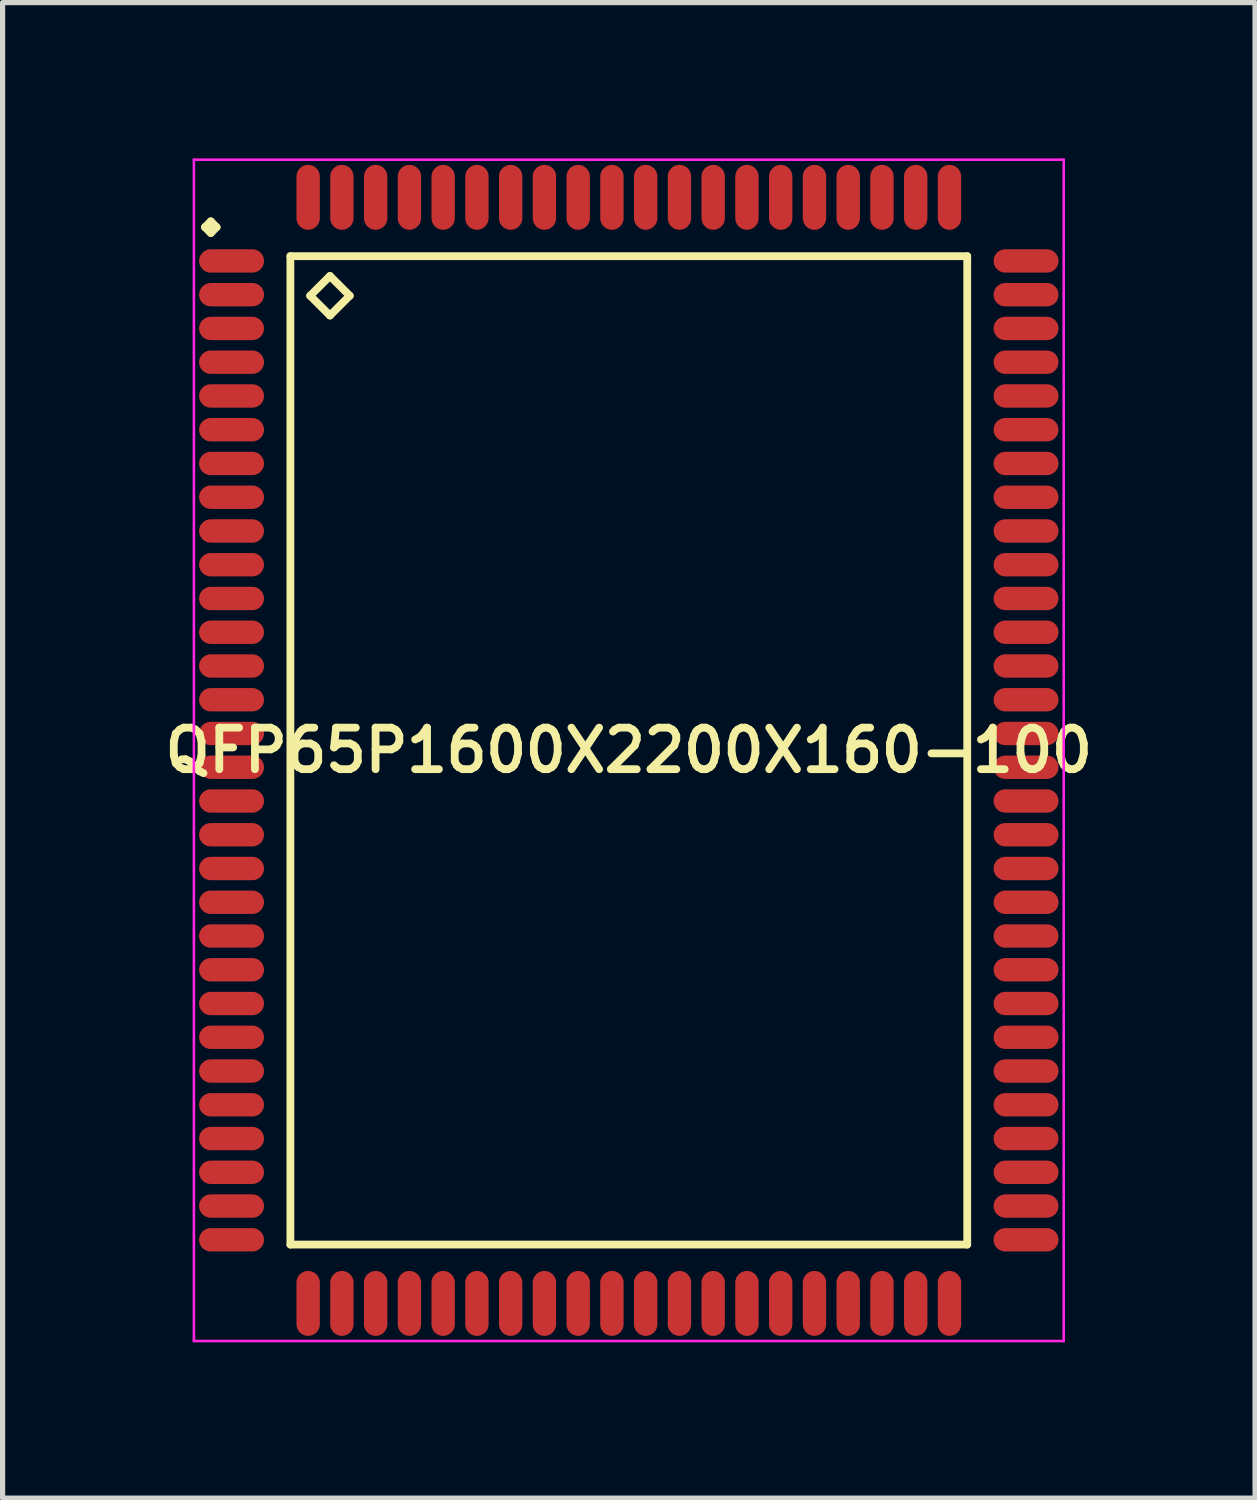
<source format=kicad_pcb>
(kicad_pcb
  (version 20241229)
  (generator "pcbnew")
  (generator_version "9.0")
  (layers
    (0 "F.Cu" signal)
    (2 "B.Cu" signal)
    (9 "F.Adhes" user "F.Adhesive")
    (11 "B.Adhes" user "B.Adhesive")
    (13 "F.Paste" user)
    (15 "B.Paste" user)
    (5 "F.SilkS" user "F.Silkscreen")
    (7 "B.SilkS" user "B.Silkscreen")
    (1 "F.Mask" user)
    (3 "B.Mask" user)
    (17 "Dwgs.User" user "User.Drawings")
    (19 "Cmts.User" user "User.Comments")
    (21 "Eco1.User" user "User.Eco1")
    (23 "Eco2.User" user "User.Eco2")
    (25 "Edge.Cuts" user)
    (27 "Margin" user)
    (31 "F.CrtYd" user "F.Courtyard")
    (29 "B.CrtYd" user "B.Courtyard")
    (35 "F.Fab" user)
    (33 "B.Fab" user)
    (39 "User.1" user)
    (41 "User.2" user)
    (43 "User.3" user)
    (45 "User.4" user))
  (footprint "QFP65P1600X2200X160-100"
    (layer "F.Cu")
    (at 9.059 11.4)
    (property "Reference" "QFP65P1600X2200X160-100" (at 0 0 0) (layer "F.SilkS") (effects (font (size 0.8 0.8) (thickness 0.15))))
    (attr smd)
    (fp_line (start -8.162 -10.075) (end -8.05 -10.188) (stroke (width 0.15) (type solid)) (layer "F.SilkS"))
    (fp_line (start -8.05 -10.188) (end -7.938 -10.075) (stroke (width 0.15) (type solid)) (layer "F.SilkS"))
    (fp_line (start -8.05 -9.963) (end -8.162 -10.075) (stroke (width 0.15) (type solid)) (layer "F.SilkS"))
    (fp_line (start -7.938 -10.075) (end -8.05 -9.963) (stroke (width 0.15) (type solid)) (layer "F.SilkS"))
    (fp_line (start -6.517 -9.517) (end -6.517 9.517) (stroke (width 0.15) (type solid)) (layer "F.SilkS"))
    (fp_line (start -6.517 9.517) (end 6.517 9.517) (stroke (width 0.15) (type solid)) (layer "F.SilkS"))
    (fp_line (start -6.136 -8.755) (end -5.755 -9.136) (stroke (width 0.15) (type solid)) (layer "F.SilkS"))
    (fp_line (start -5.755 -9.136) (end -5.374 -8.755) (stroke (width 0.15) (type solid)) (layer "F.SilkS"))
    (fp_line (start -5.755 -8.374) (end -6.136 -8.755) (stroke (width 0.15) (type solid)) (layer "F.SilkS"))
    (fp_line (start -5.374 -8.755) (end -5.755 -8.374) (stroke (width 0.15) (type solid)) (layer "F.SilkS"))
    (fp_line (start 6.517 -9.517) (end -6.517 -9.517) (stroke (width 0.15) (type solid)) (layer "F.SilkS"))
    (fp_line (start 6.517 9.517) (end 6.517 -9.517) (stroke (width 0.15) (type solid)) (layer "F.SilkS"))
    (fp_line (start -8.375 -11.375) (end 8.375 -11.375) (stroke (width 0.05) (type solid)) (layer "F.CrtYd"))
    (fp_line (start -8.375 11.375) (end -8.375 -11.375) (stroke (width 0.05) (type solid)) (layer "F.CrtYd"))
    (fp_line (start 8.375 -11.375) (end 8.375 11.375) (stroke (width 0.05) (type solid)) (layer "F.CrtYd"))
    (fp_line (start 8.375 11.375) (end -8.375 11.375) (stroke (width 0.05) (type solid)) (layer "F.CrtYd"))
    (pad "1" smd oval (at -7.65 -9.425) (size 1.25 0.45) (layers "F.Cu" "F.Mask" "F.Paste"))
    (pad "2" smd oval (at -7.65 -8.775) (size 1.25 0.45) (layers "F.Cu" "F.Mask" "F.Paste"))
    (pad "3" smd oval (at -7.65 -8.125) (size 1.25 0.45) (layers "F.Cu" "F.Mask" "F.Paste"))
    (pad "4" smd oval (at -7.65 -7.475) (size 1.25 0.45) (layers "F.Cu" "F.Mask" "F.Paste"))
    (pad "5" smd oval (at -7.65 -6.825) (size 1.25 0.45) (layers "F.Cu" "F.Mask" "F.Paste"))
    (pad "6" smd oval (at -7.65 -6.175) (size 1.25 0.45) (layers "F.Cu" "F.Mask" "F.Paste"))
    (pad "7" smd oval (at -7.65 -5.525) (size 1.25 0.45) (layers "F.Cu" "F.Mask" "F.Paste"))
    (pad "8" smd oval (at -7.65 -4.875) (size 1.25 0.45) (layers "F.Cu" "F.Mask" "F.Paste"))
    (pad "9" smd oval (at -7.65 -4.225) (size 1.25 0.45) (layers "F.Cu" "F.Mask" "F.Paste"))
    (pad "10" smd oval (at -7.65 -3.575) (size 1.25 0.45) (layers "F.Cu" "F.Mask" "F.Paste"))
    (pad "11" smd oval (at -7.65 -2.925) (size 1.25 0.45) (layers "F.Cu" "F.Mask" "F.Paste"))
    (pad "12" smd oval (at -7.65 -2.275) (size 1.25 0.45) (layers "F.Cu" "F.Mask" "F.Paste"))
    (pad "13" smd oval (at -7.65 -1.625) (size 1.25 0.45) (layers "F.Cu" "F.Mask" "F.Paste"))
    (pad "14" smd oval (at -7.65 -0.975) (size 1.25 0.45) (layers "F.Cu" "F.Mask" "F.Paste"))
    (pad "15" smd oval (at -7.65 -0.325) (size 1.25 0.45) (layers "F.Cu" "F.Mask" "F.Paste"))
    (pad "16" smd oval (at -7.65 0.325) (size 1.25 0.45) (layers "F.Cu" "F.Mask" "F.Paste"))
    (pad "17" smd oval (at -7.65 0.975) (size 1.25 0.45) (layers "F.Cu" "F.Mask" "F.Paste"))
    (pad "18" smd oval (at -7.65 1.625) (size 1.25 0.45) (layers "F.Cu" "F.Mask" "F.Paste"))
    (pad "19" smd oval (at -7.65 2.275) (size 1.25 0.45) (layers "F.Cu" "F.Mask" "F.Paste"))
    (pad "20" smd oval (at -7.65 2.925) (size 1.25 0.45) (layers "F.Cu" "F.Mask" "F.Paste"))
    (pad "21" smd oval (at -7.65 3.575) (size 1.25 0.45) (layers "F.Cu" "F.Mask" "F.Paste"))
    (pad "22" smd oval (at -7.65 4.225) (size 1.25 0.45) (layers "F.Cu" "F.Mask" "F.Paste"))
    (pad "23" smd oval (at -7.65 4.875) (size 1.25 0.45) (layers "F.Cu" "F.Mask" "F.Paste"))
    (pad "24" smd oval (at -7.65 5.525) (size 1.25 0.45) (layers "F.Cu" "F.Mask" "F.Paste"))
    (pad "25" smd oval (at -7.65 6.175) (size 1.25 0.45) (layers "F.Cu" "F.Mask" "F.Paste"))
    (pad "26" smd oval (at -7.65 6.825) (size 1.25 0.45) (layers "F.Cu" "F.Mask" "F.Paste"))
    (pad "27" smd oval (at -7.65 7.475) (size 1.25 0.45) (layers "F.Cu" "F.Mask" "F.Paste"))
    (pad "28" smd oval (at -7.65 8.125) (size 1.25 0.45) (layers "F.Cu" "F.Mask" "F.Paste"))
    (pad "29" smd oval (at -7.65 8.775) (size 1.25 0.45) (layers "F.Cu" "F.Mask" "F.Paste"))
    (pad "30" smd oval (at -7.65 9.425) (size 1.25 0.45) (layers "F.Cu" "F.Mask" "F.Paste"))
    (pad "31" smd oval (at -6.175 10.65) (size 0.45 1.25) (layers "F.Cu" "F.Mask" "F.Paste"))
    (pad "32" smd oval (at -5.525 10.65) (size 0.45 1.25) (layers "F.Cu" "F.Mask" "F.Paste"))
    (pad "33" smd oval (at -4.875 10.65) (size 0.45 1.25) (layers "F.Cu" "F.Mask" "F.Paste"))
    (pad "34" smd oval (at -4.225 10.65) (size 0.45 1.25) (layers "F.Cu" "F.Mask" "F.Paste"))
    (pad "35" smd oval (at -3.575 10.65) (size 0.45 1.25) (layers "F.Cu" "F.Mask" "F.Paste"))
    (pad "36" smd oval (at -2.925 10.65) (size 0.45 1.25) (layers "F.Cu" "F.Mask" "F.Paste"))
    (pad "37" smd oval (at -2.275 10.65) (size 0.45 1.25) (layers "F.Cu" "F.Mask" "F.Paste"))
    (pad "38" smd oval (at -1.625 10.65) (size 0.45 1.25) (layers "F.Cu" "F.Mask" "F.Paste"))
    (pad "39" smd oval (at -0.975 10.65) (size 0.45 1.25) (layers "F.Cu" "F.Mask" "F.Paste"))
    (pad "40" smd oval (at -0.325 10.65) (size 0.45 1.25) (layers "F.Cu" "F.Mask" "F.Paste"))
    (pad "41" smd oval (at 0.325 10.65) (size 0.45 1.25) (layers "F.Cu" "F.Mask" "F.Paste"))
    (pad "42" smd oval (at 0.975 10.65) (size 0.45 1.25) (layers "F.Cu" "F.Mask" "F.Paste"))
    (pad "43" smd oval (at 1.625 10.65) (size 0.45 1.25) (layers "F.Cu" "F.Mask" "F.Paste"))
    (pad "44" smd oval (at 2.275 10.65) (size 0.45 1.25) (layers "F.Cu" "F.Mask" "F.Paste"))
    (pad "45" smd oval (at 2.925 10.65) (size 0.45 1.25) (layers "F.Cu" "F.Mask" "F.Paste"))
    (pad "46" smd oval (at 3.575 10.65) (size 0.45 1.25) (layers "F.Cu" "F.Mask" "F.Paste"))
    (pad "47" smd oval (at 4.225 10.65) (size 0.45 1.25) (layers "F.Cu" "F.Mask" "F.Paste"))
    (pad "48" smd oval (at 4.875 10.65) (size 0.45 1.25) (layers "F.Cu" "F.Mask" "F.Paste"))
    (pad "49" smd oval (at 5.525 10.65) (size 0.45 1.25) (layers "F.Cu" "F.Mask" "F.Paste"))
    (pad "50" smd oval (at 6.175 10.65) (size 0.45 1.25) (layers "F.Cu" "F.Mask" "F.Paste"))
    (pad "51" smd oval (at 7.65 9.425) (size 1.25 0.45) (layers "F.Cu" "F.Mask" "F.Paste"))
    (pad "52" smd oval (at 7.65 8.775) (size 1.25 0.45) (layers "F.Cu" "F.Mask" "F.Paste"))
    (pad "53" smd oval (at 7.65 8.125) (size 1.25 0.45) (layers "F.Cu" "F.Mask" "F.Paste"))
    (pad "54" smd oval (at 7.65 7.475) (size 1.25 0.45) (layers "F.Cu" "F.Mask" "F.Paste"))
    (pad "55" smd oval (at 7.65 6.825) (size 1.25 0.45) (layers "F.Cu" "F.Mask" "F.Paste"))
    (pad "56" smd oval (at 7.65 6.175) (size 1.25 0.45) (layers "F.Cu" "F.Mask" "F.Paste"))
    (pad "57" smd oval (at 7.65 5.525) (size 1.25 0.45) (layers "F.Cu" "F.Mask" "F.Paste"))
    (pad "58" smd oval (at 7.65 4.875) (size 1.25 0.45) (layers "F.Cu" "F.Mask" "F.Paste"))
    (pad "59" smd oval (at 7.65 4.225) (size 1.25 0.45) (layers "F.Cu" "F.Mask" "F.Paste"))
    (pad "60" smd oval (at 7.65 3.575) (size 1.25 0.45) (layers "F.Cu" "F.Mask" "F.Paste"))
    (pad "61" smd oval (at 7.65 2.925) (size 1.25 0.45) (layers "F.Cu" "F.Mask" "F.Paste"))
    (pad "62" smd oval (at 7.65 2.275) (size 1.25 0.45) (layers "F.Cu" "F.Mask" "F.Paste"))
    (pad "63" smd oval (at 7.65 1.625) (size 1.25 0.45) (layers "F.Cu" "F.Mask" "F.Paste"))
    (pad "64" smd oval (at 7.65 0.975) (size 1.25 0.45) (layers "F.Cu" "F.Mask" "F.Paste"))
    (pad "65" smd oval (at 7.65 0.325) (size 1.25 0.45) (layers "F.Cu" "F.Mask" "F.Paste"))
    (pad "66" smd oval (at 7.65 -0.325) (size 1.25 0.45) (layers "F.Cu" "F.Mask" "F.Paste"))
    (pad "67" smd oval (at 7.65 -0.975) (size 1.25 0.45) (layers "F.Cu" "F.Mask" "F.Paste"))
    (pad "68" smd oval (at 7.65 -1.625) (size 1.25 0.45) (layers "F.Cu" "F.Mask" "F.Paste"))
    (pad "69" smd oval (at 7.65 -2.275) (size 1.25 0.45) (layers "F.Cu" "F.Mask" "F.Paste"))
    (pad "70" smd oval (at 7.65 -2.925) (size 1.25 0.45) (layers "F.Cu" "F.Mask" "F.Paste"))
    (pad "71" smd oval (at 7.65 -3.575) (size 1.25 0.45) (layers "F.Cu" "F.Mask" "F.Paste"))
    (pad "72" smd oval (at 7.65 -4.225) (size 1.25 0.45) (layers "F.Cu" "F.Mask" "F.Paste"))
    (pad "73" smd oval (at 7.65 -4.875) (size 1.25 0.45) (layers "F.Cu" "F.Mask" "F.Paste"))
    (pad "74" smd oval (at 7.65 -5.525) (size 1.25 0.45) (layers "F.Cu" "F.Mask" "F.Paste"))
    (pad "75" smd oval (at 7.65 -6.175) (size 1.25 0.45) (layers "F.Cu" "F.Mask" "F.Paste"))
    (pad "76" smd oval (at 7.65 -6.825) (size 1.25 0.45) (layers "F.Cu" "F.Mask" "F.Paste"))
    (pad "77" smd oval (at 7.65 -7.475) (size 1.25 0.45) (layers "F.Cu" "F.Mask" "F.Paste"))
    (pad "78" smd oval (at 7.65 -8.125) (size 1.25 0.45) (layers "F.Cu" "F.Mask" "F.Paste"))
    (pad "79" smd oval (at 7.65 -8.775) (size 1.25 0.45) (layers "F.Cu" "F.Mask" "F.Paste"))
    (pad "80" smd oval (at 7.65 -9.425) (size 1.25 0.45) (layers "F.Cu" "F.Mask" "F.Paste"))
    (pad "81" smd oval (at 6.175 -10.65) (size 0.45 1.25) (layers "F.Cu" "F.Mask" "F.Paste"))
    (pad "82" smd oval (at 5.525 -10.65) (size 0.45 1.25) (layers "F.Cu" "F.Mask" "F.Paste"))
    (pad "83" smd oval (at 4.875 -10.65) (size 0.45 1.25) (layers "F.Cu" "F.Mask" "F.Paste"))
    (pad "84" smd oval (at 4.225 -10.65) (size 0.45 1.25) (layers "F.Cu" "F.Mask" "F.Paste"))
    (pad "85" smd oval (at 3.575 -10.65) (size 0.45 1.25) (layers "F.Cu" "F.Mask" "F.Paste"))
    (pad "86" smd oval (at 2.925 -10.65) (size 0.45 1.25) (layers "F.Cu" "F.Mask" "F.Paste"))
    (pad "87" smd oval (at 2.275 -10.65) (size 0.45 1.25) (layers "F.Cu" "F.Mask" "F.Paste"))
    (pad "88" smd oval (at 1.625 -10.65) (size 0.45 1.25) (layers "F.Cu" "F.Mask" "F.Paste"))
    (pad "89" smd oval (at 0.975 -10.65) (size 0.45 1.25) (layers "F.Cu" "F.Mask" "F.Paste"))
    (pad "90" smd oval (at 0.325 -10.65) (size 0.45 1.25) (layers "F.Cu" "F.Mask" "F.Paste"))
    (pad "91" smd oval (at -0.325 -10.65) (size 0.45 1.25) (layers "F.Cu" "F.Mask" "F.Paste"))
    (pad "92" smd oval (at -0.975 -10.65) (size 0.45 1.25) (layers "F.Cu" "F.Mask" "F.Paste"))
    (pad "93" smd oval (at -1.625 -10.65) (size 0.45 1.25) (layers "F.Cu" "F.Mask" "F.Paste"))
    (pad "94" smd oval (at -2.275 -10.65) (size 0.45 1.25) (layers "F.Cu" "F.Mask" "F.Paste"))
    (pad "95" smd oval (at -2.925 -10.65) (size 0.45 1.25) (layers "F.Cu" "F.Mask" "F.Paste"))
    (pad "96" smd oval (at -3.575 -10.65) (size 0.45 1.25) (layers "F.Cu" "F.Mask" "F.Paste"))
    (pad "97" smd oval (at -4.225 -10.65) (size 0.45 1.25) (layers "F.Cu" "F.Mask" "F.Paste"))
    (pad "98" smd oval (at -4.875 -10.65) (size 0.45 1.25) (layers "F.Cu" "F.Mask" "F.Paste"))
    (pad "99" smd oval (at -5.525 -10.65) (size 0.45 1.25) (layers "F.Cu" "F.Mask" "F.Paste"))
    (pad "100" smd oval (at -6.175 -10.65) (size 0.45 1.25) (layers "F.Cu" "F.Mask" "F.Paste")))
  (gr_rect
    (start -3 -3)
    (end 21.119 25.8)
    (stroke (width 0.1) (type default))
    (fill no)
    (layer "Edge.Cuts")))
</source>
